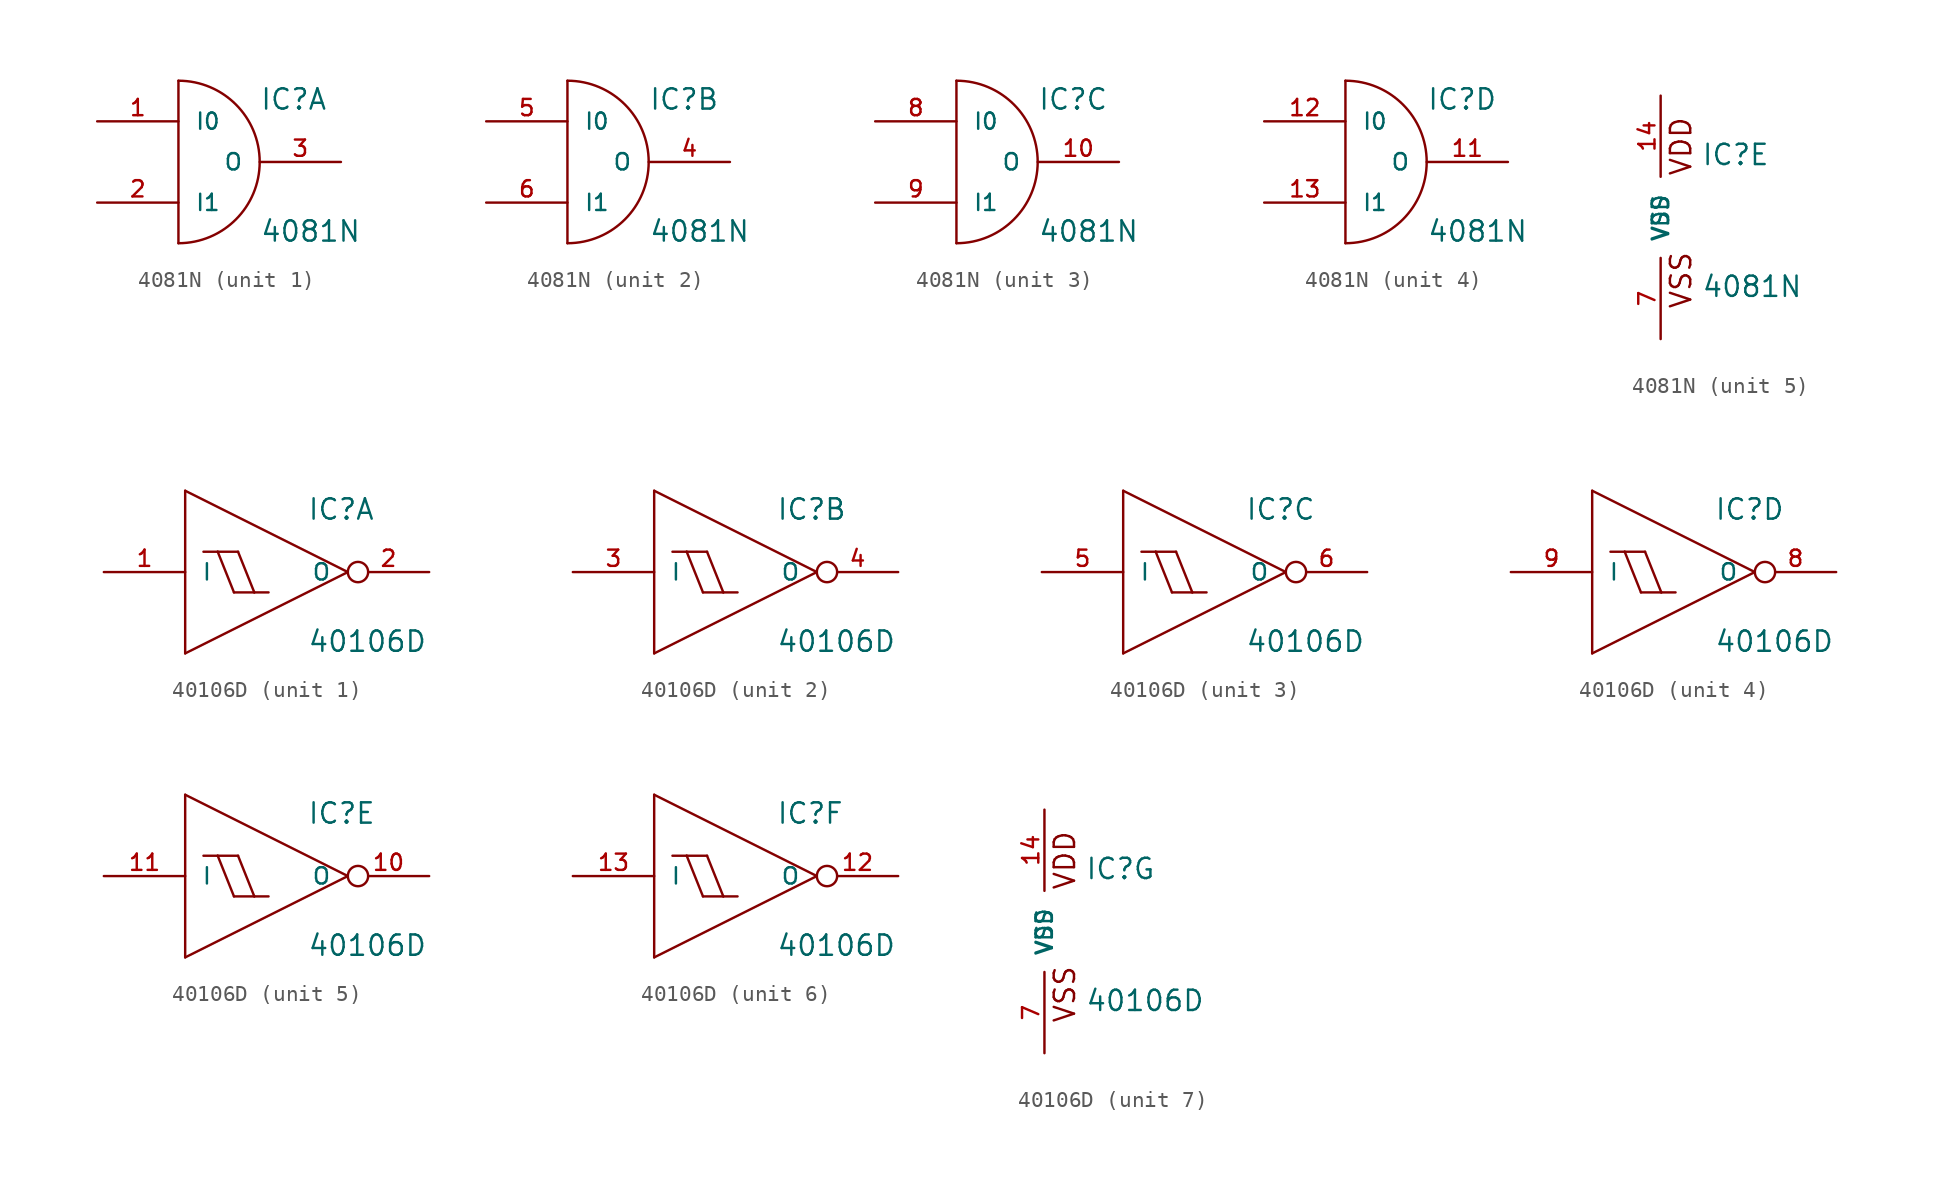
<source format=kicad_sym>
(kicad_symbol_lib
  (version 20211014)
  (generator kicad_symbol_editor)
  (symbol "4081N"
    (pin_names
      (offset 1.016))
    (property "Reference" "IC"
      (at 2.54 3.175 0)
      (effects (font (size 1.27 1.27)) (justify left bottom)))
    (property "Value" "4081N"
      (at 2.54 -5.08 0)
      (effects (font (size 1.27 1.27)) (justify left bottom)))
    (property "ki_locked" ""
      (at 0 0 0)
      (effects (font (size 1.27 1.27))))
    (symbol "4081N_1_0"
      (polyline (pts (xy -2.54 5.08) (xy -2.54 -5.08)) (stroke (width 0) (type default) (color 0 0 0 0)) (fill (type none))))
    (symbol "4081N_1_1"
      (arc (start -2.54 -5.08) (mid 2.54 0) (end -2.54 5.08) (stroke (width 0) (type default) (color 0 0 0 0)) (fill (type none)))
      (pin input line (at -7.62 2.54 0) (length 5.08) (name "I0" (effects (font (size 1.016 1.016)))) (number "1" (effects (font (size 1.016 1.016)))))
      (pin input line (at -7.62 -2.54 0) (length 5.08) (name "I1" (effects (font (size 1.016 1.016)))) (number "2" (effects (font (size 1.016 1.016)))))
      (pin output line (at 7.62 0 180) (length 5.08) (name "O" (effects (font (size 1.016 1.016)))) (number "3" (effects (font (size 1.016 1.016))))))
    (symbol "4081N_2_0"
      (polyline (pts (xy -2.54 5.08) (xy -2.54 -5.08)) (stroke (width 0) (type default) (color 0 0 0 0)) (fill (type none))))
    (symbol "4081N_2_1"
      (arc (start -2.54 -5.08) (mid 2.54 0) (end -2.54 5.08) (stroke (width 0) (type default) (color 0 0 0 0)) (fill (type none)))
      (pin output line (at 7.62 0 180) (length 5.08) (name "O" (effects (font (size 1.016 1.016)))) (number "4" (effects (font (size 1.016 1.016)))))
      (pin input line (at -7.62 2.54 0) (length 5.08) (name "I0" (effects (font (size 1.016 1.016)))) (number "5" (effects (font (size 1.016 1.016)))))
      (pin input line (at -7.62 -2.54 0) (length 5.08) (name "I1" (effects (font (size 1.016 1.016)))) (number "6" (effects (font (size 1.016 1.016))))))
    (symbol "4081N_3_0"
      (polyline (pts (xy -2.54 5.08) (xy -2.54 -5.08)) (stroke (width 0) (type default) (color 0 0 0 0)) (fill (type none))))
    (symbol "4081N_3_1"
      (arc (start -2.54 -5.08) (mid 2.54 0) (end -2.54 5.08) (stroke (width 0) (type default) (color 0 0 0 0)) (fill (type none)))
      (pin output line (at 7.62 0 180) (length 5.08) (name "O" (effects (font (size 1.016 1.016)))) (number "10" (effects (font (size 1.016 1.016)))))
      (pin input line (at -7.62 2.54 0) (length 5.08) (name "I0" (effects (font (size 1.016 1.016)))) (number "8" (effects (font (size 1.016 1.016)))))
      (pin input line (at -7.62 -2.54 0) (length 5.08) (name "I1" (effects (font (size 1.016 1.016)))) (number "9" (effects (font (size 1.016 1.016))))))
    (symbol "4081N_4_0"
      (polyline (pts (xy -2.54 5.08) (xy -2.54 -5.08)) (stroke (width 0) (type default) (color 0 0 0 0)) (fill (type none))))
    (symbol "4081N_4_1"
      (arc (start -2.54 -5.08) (mid 2.54 0) (end -2.54 5.08) (stroke (width 0) (type default) (color 0 0 0 0)) (fill (type none)))
      (pin output line (at 7.62 0 180) (length 5.08) (name "O" (effects (font (size 1.016 1.016)))) (number "11" (effects (font (size 1.016 1.016)))))
      (pin input line (at -7.62 2.54 0) (length 5.08) (name "I0" (effects (font (size 1.016 1.016)))) (number "12" (effects (font (size 1.016 1.016)))))
      (pin input line (at -7.62 -2.54 0) (length 5.08) (name "I1" (effects (font (size 1.016 1.016)))) (number "13" (effects (font (size 1.016 1.016))))))
    (symbol "4081N_5_0"
      (text "VDD" (at 1.27 4.445 1) (effects (font (size 1.27 1.27))))
      (text "VSS" (at 1.27 -3.937 1) (effects (font (size 1.27 1.27)))))
    (symbol "4081N_5_1"
      (pin power_in line (at 0 7.62 270) (length 5.08) (name "VDD" (effects (font (size 1.016 1.016)))) (number "14" (effects (font (size 1.016 1.016)))))
      (pin power_in line (at 0 -7.62 90) (length 5.08) (name "VSS" (effects (font (size 1.016 1.016)))) (number "7" (effects (font (size 1.016 1.016)))))))
  (symbol "40106D"
    (pin_names
      (offset 1.016))
    (property "Reference" "IC"
      (at 2.54 3.175 0)
      (effects (font (size 1.27 1.27)) (justify left bottom)))
    (property "Value" "40106D"
      (at 2.54 -5.08 0)
      (effects (font (size 1.27 1.27)) (justify left bottom)))
    (property "ki_locked" ""
      (at 0 0 0)
      (effects (font (size 1.27 1.27))))
    (symbol "40106D_1_0"
      (polyline (pts (xy -5.08 -5.08) (xy -5.08 5.08)) (stroke (width 0) (type default) (color 0 0 0 0)) (fill (type none)))
      (polyline (pts (xy -5.08 5.08) (xy 5.08 0)) (stroke (width 0) (type default) (color 0 0 0 0)) (fill (type none)))
      (polyline (pts (xy -3.937 1.27) (xy -3.048 1.27)) (stroke (width 0) (type default) (color 0 0 0 0)) (fill (type none)))
      (polyline (pts (xy -3.048 1.27) (xy -1.778 1.27)) (stroke (width 0) (type default) (color 0 0 0 0)) (fill (type none)))
      (polyline (pts (xy -2.032 -1.27) (xy -3.048 1.27)) (stroke (width 0) (type default) (color 0 0 0 0)) (fill (type none)))
      (polyline (pts (xy -2.032 -1.27) (xy -0.762 -1.27)) (stroke (width 0) (type default) (color 0 0 0 0)) (fill (type none)))
      (polyline (pts (xy -0.762 -1.27) (xy -1.778 1.27)) (stroke (width 0) (type default) (color 0 0 0 0)) (fill (type none)))
      (polyline (pts (xy -0.762 -1.27) (xy 0.127 -1.27)) (stroke (width 0) (type default) (color 0 0 0 0)) (fill (type none)))
      (polyline (pts (xy 5.08 0) (xy -5.08 -5.08)) (stroke (width 0) (type default) (color 0 0 0 0)) (fill (type none))))
    (symbol "40106D_1_1"
      (pin input line (at -10.16 0 0) (length 5.08) (name "I" (effects (font (size 1.016 1.016)))) (number "1" (effects (font (size 1.016 1.016)))))
      (pin output inverted (at 10.16 0 180) (length 5.08) (name "O" (effects (font (size 1.016 1.016)))) (number "2" (effects (font (size 1.016 1.016))))))
    (symbol "40106D_2_0"
      (polyline (pts (xy -5.08 -5.08) (xy -5.08 5.08)) (stroke (width 0) (type default) (color 0 0 0 0)) (fill (type none)))
      (polyline (pts (xy -5.08 5.08) (xy 5.08 0)) (stroke (width 0) (type default) (color 0 0 0 0)) (fill (type none)))
      (polyline (pts (xy -3.937 1.27) (xy -3.048 1.27)) (stroke (width 0) (type default) (color 0 0 0 0)) (fill (type none)))
      (polyline (pts (xy -3.048 1.27) (xy -1.778 1.27)) (stroke (width 0) (type default) (color 0 0 0 0)) (fill (type none)))
      (polyline (pts (xy -2.032 -1.27) (xy -3.048 1.27)) (stroke (width 0) (type default) (color 0 0 0 0)) (fill (type none)))
      (polyline (pts (xy -2.032 -1.27) (xy -0.762 -1.27)) (stroke (width 0) (type default) (color 0 0 0 0)) (fill (type none)))
      (polyline (pts (xy -0.762 -1.27) (xy -1.778 1.27)) (stroke (width 0) (type default) (color 0 0 0 0)) (fill (type none)))
      (polyline (pts (xy -0.762 -1.27) (xy 0.127 -1.27)) (stroke (width 0) (type default) (color 0 0 0 0)) (fill (type none)))
      (polyline (pts (xy 5.08 0) (xy -5.08 -5.08)) (stroke (width 0) (type default) (color 0 0 0 0)) (fill (type none))))
    (symbol "40106D_2_1"
      (pin input line (at -10.16 0 0) (length 5.08) (name "I" (effects (font (size 1.016 1.016)))) (number "3" (effects (font (size 1.016 1.016)))))
      (pin output inverted (at 10.16 0 180) (length 5.08) (name "O" (effects (font (size 1.016 1.016)))) (number "4" (effects (font (size 1.016 1.016))))))
    (symbol "40106D_3_0"
      (polyline (pts (xy -5.08 -5.08) (xy -5.08 5.08)) (stroke (width 0) (type default) (color 0 0 0 0)) (fill (type none)))
      (polyline (pts (xy -5.08 5.08) (xy 5.08 0)) (stroke (width 0) (type default) (color 0 0 0 0)) (fill (type none)))
      (polyline (pts (xy -3.937 1.27) (xy -3.048 1.27)) (stroke (width 0) (type default) (color 0 0 0 0)) (fill (type none)))
      (polyline (pts (xy -3.048 1.27) (xy -1.778 1.27)) (stroke (width 0) (type default) (color 0 0 0 0)) (fill (type none)))
      (polyline (pts (xy -2.032 -1.27) (xy -3.048 1.27)) (stroke (width 0) (type default) (color 0 0 0 0)) (fill (type none)))
      (polyline (pts (xy -2.032 -1.27) (xy -0.762 -1.27)) (stroke (width 0) (type default) (color 0 0 0 0)) (fill (type none)))
      (polyline (pts (xy -0.762 -1.27) (xy -1.778 1.27)) (stroke (width 0) (type default) (color 0 0 0 0)) (fill (type none)))
      (polyline (pts (xy -0.762 -1.27) (xy 0.127 -1.27)) (stroke (width 0) (type default) (color 0 0 0 0)) (fill (type none)))
      (polyline (pts (xy 5.08 0) (xy -5.08 -5.08)) (stroke (width 0) (type default) (color 0 0 0 0)) (fill (type none))))
    (symbol "40106D_3_1"
      (pin input line (at -10.16 0 0) (length 5.08) (name "I" (effects (font (size 1.016 1.016)))) (number "5" (effects (font (size 1.016 1.016)))))
      (pin output inverted (at 10.16 0 180) (length 5.08) (name "O" (effects (font (size 1.016 1.016)))) (number "6" (effects (font (size 1.016 1.016))))))
    (symbol "40106D_4_0"
      (polyline (pts (xy -5.08 -5.08) (xy -5.08 5.08)) (stroke (width 0) (type default) (color 0 0 0 0)) (fill (type none)))
      (polyline (pts (xy -5.08 5.08) (xy 5.08 0)) (stroke (width 0) (type default) (color 0 0 0 0)) (fill (type none)))
      (polyline (pts (xy -3.937 1.27) (xy -3.048 1.27)) (stroke (width 0) (type default) (color 0 0 0 0)) (fill (type none)))
      (polyline (pts (xy -3.048 1.27) (xy -1.778 1.27)) (stroke (width 0) (type default) (color 0 0 0 0)) (fill (type none)))
      (polyline (pts (xy -2.032 -1.27) (xy -3.048 1.27)) (stroke (width 0) (type default) (color 0 0 0 0)) (fill (type none)))
      (polyline (pts (xy -2.032 -1.27) (xy -0.762 -1.27)) (stroke (width 0) (type default) (color 0 0 0 0)) (fill (type none)))
      (polyline (pts (xy -0.762 -1.27) (xy -1.778 1.27)) (stroke (width 0) (type default) (color 0 0 0 0)) (fill (type none)))
      (polyline (pts (xy -0.762 -1.27) (xy 0.127 -1.27)) (stroke (width 0) (type default) (color 0 0 0 0)) (fill (type none)))
      (polyline (pts (xy 5.08 0) (xy -5.08 -5.08)) (stroke (width 0) (type default) (color 0 0 0 0)) (fill (type none))))
    (symbol "40106D_4_1"
      (pin output inverted (at 10.16 0 180) (length 5.08) (name "O" (effects (font (size 1.016 1.016)))) (number "8" (effects (font (size 1.016 1.016)))))
      (pin input line (at -10.16 0 0) (length 5.08) (name "I" (effects (font (size 1.016 1.016)))) (number "9" (effects (font (size 1.016 1.016))))))
    (symbol "40106D_5_0"
      (polyline (pts (xy -5.08 -5.08) (xy -5.08 5.08)) (stroke (width 0) (type default) (color 0 0 0 0)) (fill (type none)))
      (polyline (pts (xy -5.08 5.08) (xy 5.08 0)) (stroke (width 0) (type default) (color 0 0 0 0)) (fill (type none)))
      (polyline (pts (xy -3.937 1.27) (xy -3.048 1.27)) (stroke (width 0) (type default) (color 0 0 0 0)) (fill (type none)))
      (polyline (pts (xy -3.048 1.27) (xy -1.778 1.27)) (stroke (width 0) (type default) (color 0 0 0 0)) (fill (type none)))
      (polyline (pts (xy -2.032 -1.27) (xy -3.048 1.27)) (stroke (width 0) (type default) (color 0 0 0 0)) (fill (type none)))
      (polyline (pts (xy -2.032 -1.27) (xy -0.762 -1.27)) (stroke (width 0) (type default) (color 0 0 0 0)) (fill (type none)))
      (polyline (pts (xy -0.762 -1.27) (xy -1.778 1.27)) (stroke (width 0) (type default) (color 0 0 0 0)) (fill (type none)))
      (polyline (pts (xy -0.762 -1.27) (xy 0.127 -1.27)) (stroke (width 0) (type default) (color 0 0 0 0)) (fill (type none)))
      (polyline (pts (xy 5.08 0) (xy -5.08 -5.08)) (stroke (width 0) (type default) (color 0 0 0 0)) (fill (type none))))
    (symbol "40106D_5_1"
      (pin output inverted (at 10.16 0 180) (length 5.08) (name "O" (effects (font (size 1.016 1.016)))) (number "10" (effects (font (size 1.016 1.016)))))
      (pin input line (at -10.16 0 0) (length 5.08) (name "I" (effects (font (size 1.016 1.016)))) (number "11" (effects (font (size 1.016 1.016))))))
    (symbol "40106D_6_0"
      (polyline (pts (xy -5.08 -5.08) (xy -5.08 5.08)) (stroke (width 0) (type default) (color 0 0 0 0)) (fill (type none)))
      (polyline (pts (xy -5.08 5.08) (xy 5.08 0)) (stroke (width 0) (type default) (color 0 0 0 0)) (fill (type none)))
      (polyline (pts (xy -3.937 1.27) (xy -3.048 1.27)) (stroke (width 0) (type default) (color 0 0 0 0)) (fill (type none)))
      (polyline (pts (xy -3.048 1.27) (xy -1.778 1.27)) (stroke (width 0) (type default) (color 0 0 0 0)) (fill (type none)))
      (polyline (pts (xy -2.032 -1.27) (xy -3.048 1.27)) (stroke (width 0) (type default) (color 0 0 0 0)) (fill (type none)))
      (polyline (pts (xy -2.032 -1.27) (xy -0.762 -1.27)) (stroke (width 0) (type default) (color 0 0 0 0)) (fill (type none)))
      (polyline (pts (xy -0.762 -1.27) (xy -1.778 1.27)) (stroke (width 0) (type default) (color 0 0 0 0)) (fill (type none)))
      (polyline (pts (xy -0.762 -1.27) (xy 0.127 -1.27)) (stroke (width 0) (type default) (color 0 0 0 0)) (fill (type none)))
      (polyline (pts (xy 5.08 0) (xy -5.08 -5.08)) (stroke (width 0) (type default) (color 0 0 0 0)) (fill (type none))))
    (symbol "40106D_6_1"
      (pin output inverted (at 10.16 0 180) (length 5.08) (name "O" (effects (font (size 1.016 1.016)))) (number "12" (effects (font (size 1.016 1.016)))))
      (pin input line (at -10.16 0 0) (length 5.08) (name "I" (effects (font (size 1.016 1.016)))) (number "13" (effects (font (size 1.016 1.016))))))
    (symbol "40106D_7_0"
      (text "VDD" (at 1.27 4.445 1) (effects (font (size 1.27 1.27))))
      (text "VSS" (at 1.27 -3.937 1) (effects (font (size 1.27 1.27)))))
    (symbol "40106D_7_1"
      (pin power_in line (at 0 7.62 270) (length 5.08) (name "VDD" (effects (font (size 1.016 1.016)))) (number "14" (effects (font (size 1.016 1.016)))))
      (pin power_in line (at 0 -7.62 90) (length 5.08) (name "VSS" (effects (font (size 1.016 1.016)))) (number "7" (effects (font (size 1.016 1.016))))))))
</source>
